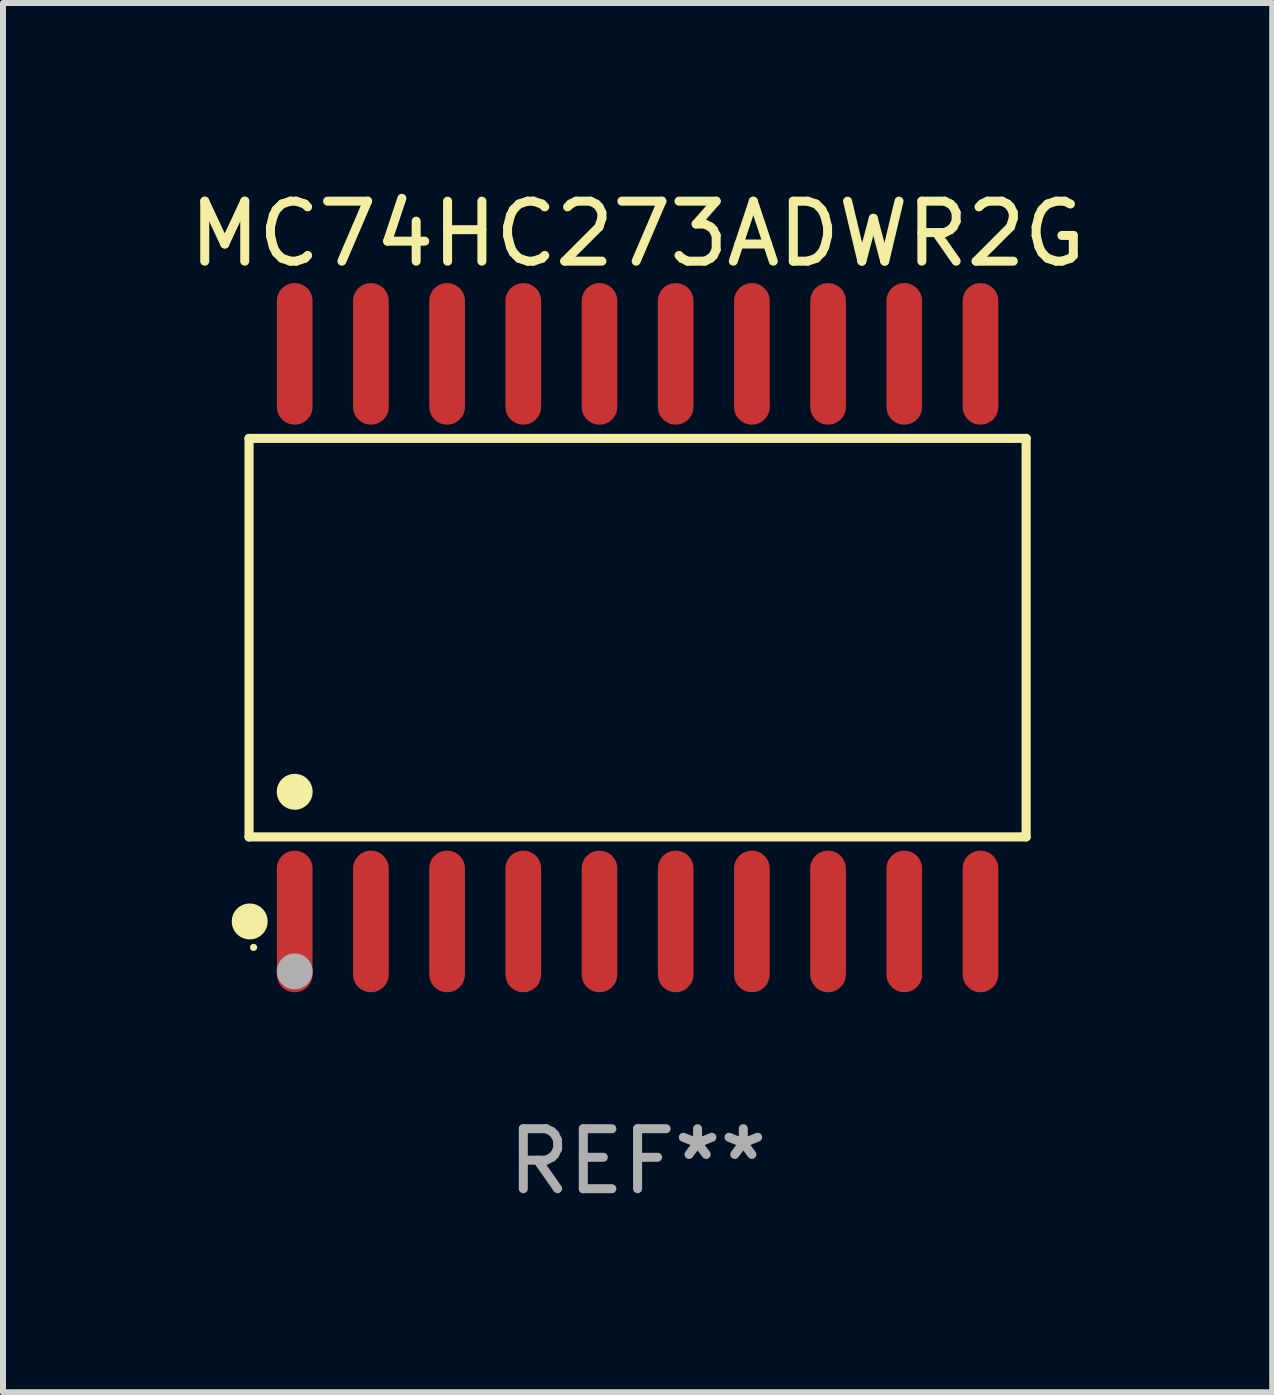
<source format=kicad_pcb>
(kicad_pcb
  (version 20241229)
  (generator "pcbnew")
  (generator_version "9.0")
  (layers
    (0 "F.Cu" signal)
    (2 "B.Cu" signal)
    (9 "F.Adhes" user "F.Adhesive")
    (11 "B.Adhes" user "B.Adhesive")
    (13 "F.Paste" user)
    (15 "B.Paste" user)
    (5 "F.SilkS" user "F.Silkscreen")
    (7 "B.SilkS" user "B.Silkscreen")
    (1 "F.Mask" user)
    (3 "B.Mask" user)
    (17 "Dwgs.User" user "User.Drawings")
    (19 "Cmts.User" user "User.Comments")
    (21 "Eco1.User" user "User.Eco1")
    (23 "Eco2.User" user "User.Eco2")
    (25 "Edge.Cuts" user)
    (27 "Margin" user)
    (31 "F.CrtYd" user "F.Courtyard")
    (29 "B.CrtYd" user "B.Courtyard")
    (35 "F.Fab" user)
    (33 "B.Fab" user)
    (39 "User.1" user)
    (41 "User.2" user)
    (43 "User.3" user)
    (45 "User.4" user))
  (footprint "MC74HC273ADWR2G"
    (layer "F.Cu")
    (at 7.577 7.578)
    (property "Reference" "MC74HC273ADWR2G" (at 0 -6.73 0) (layer "F.SilkS") (effects (font (size 1 1) (thickness 0.15))))
    (attr through_hole)
    (fp_line (start -6.476 -3.321) (end 6.476 -3.321) (stroke (width 0.152) (type solid)) (layer "F.SilkS"))
    (fp_line (start -6.476 3.321) (end -6.476 -3.321) (stroke (width 0.152) (type solid)) (layer "F.SilkS"))
    (fp_line (start 6.476 -3.321) (end 6.476 3.321) (stroke (width 0.152) (type solid)) (layer "F.SilkS"))
    (fp_line (start 6.476 3.321) (end -6.476 3.321) (stroke (width 0.152) (type solid)) (layer "F.SilkS"))
    (fp_circle (center -6.465 4.73) (end -6.315 4.73) (stroke (width 0.3) (type solid)) (fill no) (layer "F.SilkS"))
    (fp_circle (center -6.4 5.163) (end -6.37 5.163) (stroke (width 0.06) (type solid)) (fill no) (layer "F.SilkS"))
    (fp_circle (center -5.715 2.569) (end -5.565 2.569) (stroke (width 0.3) (type solid)) (fill no) (layer "F.SilkS"))
    (fp_circle (center -5.715 5.563) (end -5.565 5.563) (stroke (width 0.3) (type solid)) (fill no) (layer "F.Fab"))
    (fp_text user "REF**" (at 0 8.73 0) (layer "F.Fab") (effects (font (size 1 1) (thickness 0.15))))
    (pad "1" smd oval (at -5.715 4.73) (size 0.595 2.36) (layers "F.Cu" "F.Mask" "F.Paste"))
    (pad "2" smd oval (at -4.445 4.73) (size 0.595 2.36) (layers "F.Cu" "F.Mask" "F.Paste"))
    (pad "3" smd oval (at -3.175 4.73) (size 0.595 2.36) (layers "F.Cu" "F.Mask" "F.Paste"))
    (pad "4" smd oval (at -1.905 4.73) (size 0.595 2.36) (layers "F.Cu" "F.Mask" "F.Paste"))
    (pad "5" smd oval (at -0.635 4.73) (size 0.595 2.36) (layers "F.Cu" "F.Mask" "F.Paste"))
    (pad "6" smd oval (at 0.635 4.73) (size 0.595 2.36) (layers "F.Cu" "F.Mask" "F.Paste"))
    (pad "7" smd oval (at 1.905 4.73) (size 0.595 2.36) (layers "F.Cu" "F.Mask" "F.Paste"))
    (pad "8" smd oval (at 3.175 4.73) (size 0.595 2.36) (layers "F.Cu" "F.Mask" "F.Paste"))
    (pad "9" smd oval (at 4.445 4.73) (size 0.595 2.36) (layers "F.Cu" "F.Mask" "F.Paste"))
    (pad "10" smd oval (at 5.715 4.73) (size 0.595 2.36) (layers "F.Cu" "F.Mask" "F.Paste"))
    (pad "11" smd oval (at 5.715 -4.73) (size 0.595 2.36) (layers "F.Cu" "F.Mask" "F.Paste"))
    (pad "12" smd oval (at 4.445 -4.73) (size 0.595 2.36) (layers "F.Cu" "F.Mask" "F.Paste"))
    (pad "13" smd oval (at 3.175 -4.73) (size 0.595 2.36) (layers "F.Cu" "F.Mask" "F.Paste"))
    (pad "14" smd oval (at 1.905 -4.73) (size 0.595 2.36) (layers "F.Cu" "F.Mask" "F.Paste"))
    (pad "15" smd oval (at 0.635 -4.73) (size 0.595 2.36) (layers "F.Cu" "F.Mask" "F.Paste"))
    (pad "16" smd oval (at -0.635 -4.73) (size 0.595 2.36) (layers "F.Cu" "F.Mask" "F.Paste"))
    (pad "17" smd oval (at -1.905 -4.73) (size 0.595 2.36) (layers "F.Cu" "F.Mask" "F.Paste"))
    (pad "18" smd oval (at -3.175 -4.73) (size 0.595 2.36) (layers "F.Cu" "F.Mask" "F.Paste"))
    (pad "19" smd oval (at -4.445 -4.73) (size 0.595 2.36) (layers "F.Cu" "F.Mask" "F.Paste"))
    (pad "20" smd oval (at -5.715 -4.73) (size 0.595 2.36) (layers "F.Cu" "F.Mask" "F.Paste")))
  (gr_rect
    (start -3 -3)
    (end 18.155 20.156)
    (stroke (width 0.1) (type default))
    (fill no)
    (layer "Edge.Cuts")))
</source>
